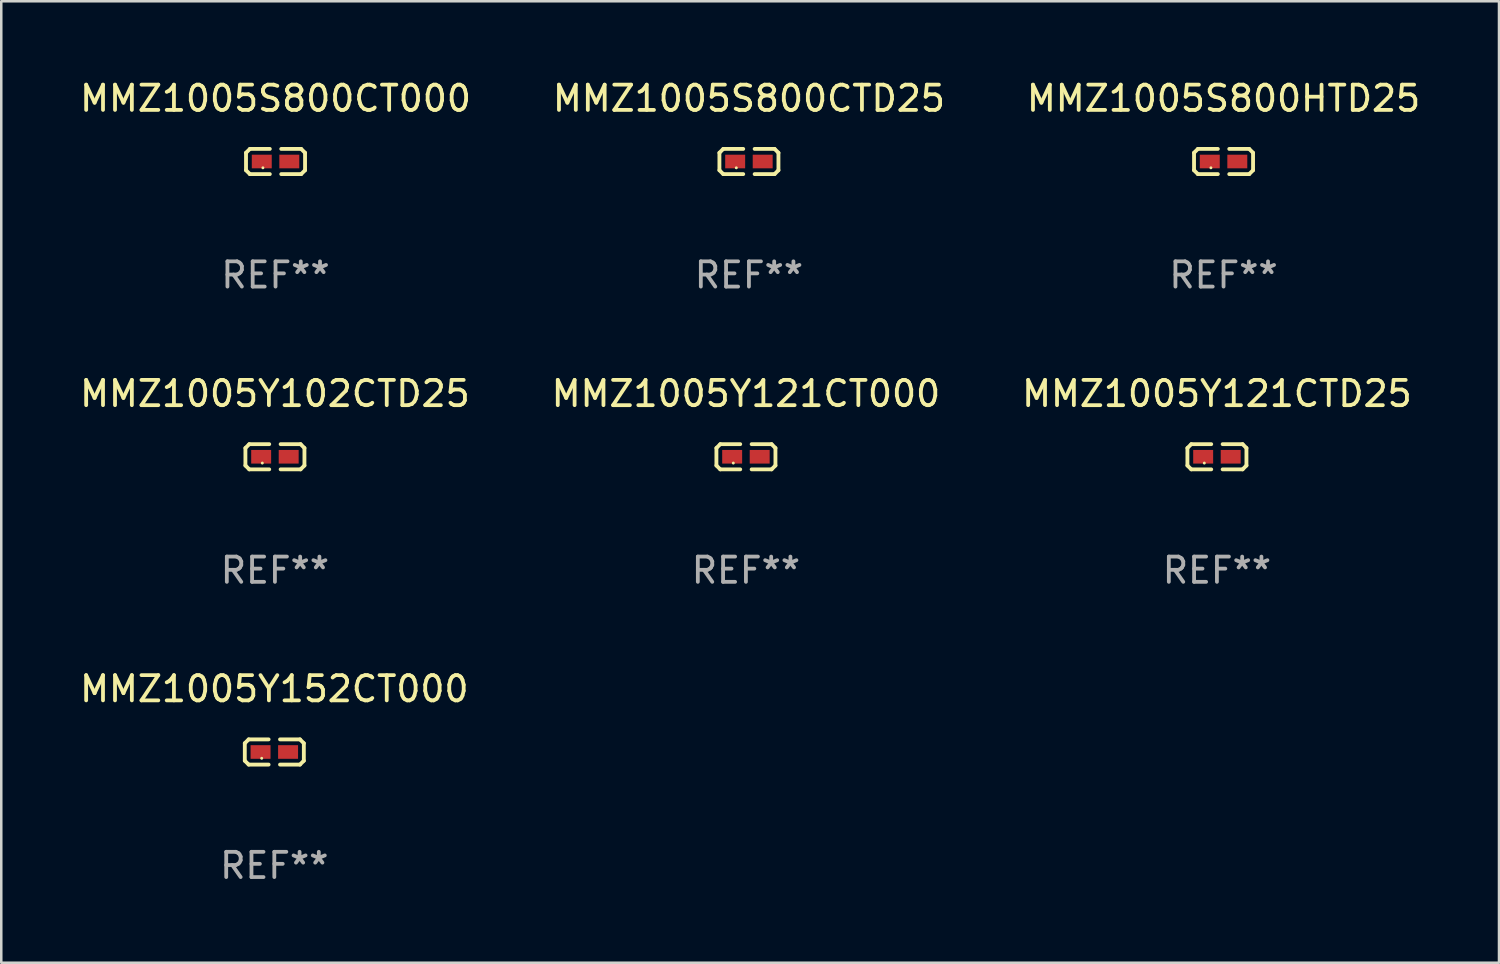
<source format=kicad_pcb>
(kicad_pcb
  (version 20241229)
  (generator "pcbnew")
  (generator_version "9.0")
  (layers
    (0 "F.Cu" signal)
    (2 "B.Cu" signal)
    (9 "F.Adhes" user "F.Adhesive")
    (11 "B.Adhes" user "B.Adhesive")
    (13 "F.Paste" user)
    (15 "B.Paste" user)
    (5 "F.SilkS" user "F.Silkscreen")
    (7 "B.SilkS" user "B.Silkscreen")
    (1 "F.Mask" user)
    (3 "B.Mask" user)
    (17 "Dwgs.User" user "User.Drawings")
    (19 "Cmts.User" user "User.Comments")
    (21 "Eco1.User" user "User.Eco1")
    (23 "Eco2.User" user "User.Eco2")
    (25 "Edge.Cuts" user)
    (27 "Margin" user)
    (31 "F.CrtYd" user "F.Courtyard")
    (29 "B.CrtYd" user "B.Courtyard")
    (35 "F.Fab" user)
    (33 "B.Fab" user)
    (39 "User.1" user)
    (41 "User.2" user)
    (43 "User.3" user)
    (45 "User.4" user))
  (footprint "MMZ1005S800HTD25"
    (layer "F.Cu")
    (at 45.411 3.347)
    (property "Reference" "MMZ1005S800HTD25" (at 0 -2.499 0) (layer "F.SilkS") (effects (font (size 1 1) (thickness 0.15))))
    (attr through_hole)
    (fp_line (start -1.169 -0.346) (end -1.016 -0.499) (stroke (width 0.152) (type solid)) (layer "F.SilkS"))
    (fp_line (start -1.169 0.346) (end -1.169 -0.346) (stroke (width 0.152) (type solid)) (layer "F.SilkS"))
    (fp_line (start -1.016 -0.499) (end -0.226 -0.499) (stroke (width 0.152) (type solid)) (layer "F.SilkS"))
    (fp_line (start -1.016 0.499) (end -1.169 0.346) (stroke (width 0.152) (type solid)) (layer "F.SilkS"))
    (fp_line (start -0.226 0.499) (end -1.016 0.499) (stroke (width 0.152) (type solid)) (layer "F.SilkS"))
    (fp_line (start 0.226 0.499) (end 1.016 0.499) (stroke (width 0.152) (type solid)) (layer "F.SilkS"))
    (fp_line (start 1.016 -0.499) (end 0.226 -0.499) (stroke (width 0.152) (type solid)) (layer "F.SilkS"))
    (fp_line (start 1.016 0.499) (end 1.169 0.346) (stroke (width 0.152) (type solid)) (layer "F.SilkS"))
    (fp_line (start 1.169 -0.346) (end 1.016 -0.499) (stroke (width 0.152) (type solid)) (layer "F.SilkS"))
    (fp_line (start 1.169 0.346) (end 1.169 -0.346) (stroke (width 0.152) (type solid)) (layer "F.SilkS"))
    (fp_circle (center -0.5 0.25) (end -0.47 0.25) (stroke (width 0.06) (type solid)) (fill no) (layer "F.SilkS"))
    (fp_text user "REF**" (at 0 4.499 0) (layer "F.Fab") (effects (font (size 1 1) (thickness 0.15))))
    (pad "1" smd rect (at -0.545 0) (size 0.79 0.54) (layers "F.Cu" "F.Mask" "F.Paste"))
    (pad "2" smd rect (at 0.545 0) (size 0.79 0.54) (layers "F.Cu" "F.Mask" "F.Paste")))
  (footprint "MMZ1005Y102CTD25"
    (layer "F.Cu")
    (at 7.839 15.041)
    (property "Reference" "MMZ1005Y102CTD25" (at 0 -2.499 0) (layer "F.SilkS") (effects (font (size 1 1) (thickness 0.15))))
    (attr through_hole)
    (fp_line (start -1.169 -0.346) (end -1.016 -0.499) (stroke (width 0.152) (type solid)) (layer "F.SilkS"))
    (fp_line (start -1.169 0.346) (end -1.169 -0.346) (stroke (width 0.152) (type solid)) (layer "F.SilkS"))
    (fp_line (start -1.016 -0.499) (end -0.226 -0.499) (stroke (width 0.152) (type solid)) (layer "F.SilkS"))
    (fp_line (start -1.016 0.499) (end -1.169 0.346) (stroke (width 0.152) (type solid)) (layer "F.SilkS"))
    (fp_line (start -0.226 0.499) (end -1.016 0.499) (stroke (width 0.152) (type solid)) (layer "F.SilkS"))
    (fp_line (start 0.226 0.499) (end 1.016 0.499) (stroke (width 0.152) (type solid)) (layer "F.SilkS"))
    (fp_line (start 1.016 -0.499) (end 0.226 -0.499) (stroke (width 0.152) (type solid)) (layer "F.SilkS"))
    (fp_line (start 1.016 0.499) (end 1.169 0.346) (stroke (width 0.152) (type solid)) (layer "F.SilkS"))
    (fp_line (start 1.169 -0.346) (end 1.016 -0.499) (stroke (width 0.152) (type solid)) (layer "F.SilkS"))
    (fp_line (start 1.169 0.346) (end 1.169 -0.346) (stroke (width 0.152) (type solid)) (layer "F.SilkS"))
    (fp_circle (center -0.5 0.25) (end -0.47 0.25) (stroke (width 0.06) (type solid)) (fill no) (layer "F.SilkS"))
    (fp_text user "REF**" (at 0 4.499 0) (layer "F.Fab") (effects (font (size 1 1) (thickness 0.15))))
    (pad "1" smd rect (at -0.545 0) (size 0.79 0.54) (layers "F.Cu" "F.Mask" "F.Paste"))
    (pad "2" smd rect (at 0.545 0) (size 0.79 0.54) (layers "F.Cu" "F.Mask" "F.Paste")))
  (footprint "MMZ1005Y121CT000"
    (layer "F.Cu")
    (at 26.494 15.041)
    (property "Reference" "MMZ1005Y121CT000" (at 0 -2.499 0) (layer "F.SilkS") (effects (font (size 1 1) (thickness 0.15))))
    (attr through_hole)
    (fp_line (start -1.169 -0.346) (end -1.016 -0.499) (stroke (width 0.152) (type solid)) (layer "F.SilkS"))
    (fp_line (start -1.169 0.346) (end -1.169 -0.346) (stroke (width 0.152) (type solid)) (layer "F.SilkS"))
    (fp_line (start -1.016 -0.499) (end -0.226 -0.499) (stroke (width 0.152) (type solid)) (layer "F.SilkS"))
    (fp_line (start -1.016 0.499) (end -1.169 0.346) (stroke (width 0.152) (type solid)) (layer "F.SilkS"))
    (fp_line (start -0.226 0.499) (end -1.016 0.499) (stroke (width 0.152) (type solid)) (layer "F.SilkS"))
    (fp_line (start 0.226 0.499) (end 1.016 0.499) (stroke (width 0.152) (type solid)) (layer "F.SilkS"))
    (fp_line (start 1.016 -0.499) (end 0.226 -0.499) (stroke (width 0.152) (type solid)) (layer "F.SilkS"))
    (fp_line (start 1.016 0.499) (end 1.169 0.346) (stroke (width 0.152) (type solid)) (layer "F.SilkS"))
    (fp_line (start 1.169 -0.346) (end 1.016 -0.499) (stroke (width 0.152) (type solid)) (layer "F.SilkS"))
    (fp_line (start 1.169 0.346) (end 1.169 -0.346) (stroke (width 0.152) (type solid)) (layer "F.SilkS"))
    (fp_circle (center -0.5 0.25) (end -0.47 0.25) (stroke (width 0.06) (type solid)) (fill no) (layer "F.SilkS"))
    (fp_text user "REF**" (at 0 4.499 0) (layer "F.Fab") (effects (font (size 1 1) (thickness 0.15))))
    (pad "1" smd rect (at -0.545 0) (size 0.79 0.54) (layers "F.Cu" "F.Mask" "F.Paste"))
    (pad "2" smd rect (at 0.545 0) (size 0.79 0.54) (layers "F.Cu" "F.Mask" "F.Paste")))
  (footprint "MMZ1005Y121CTD25"
    (layer "F.Cu")
    (at 45.149 15.041)
    (property "Reference" "MMZ1005Y121CTD25" (at 0 -2.499 0) (layer "F.SilkS") (effects (font (size 1 1) (thickness 0.15))))
    (attr through_hole)
    (fp_line (start -1.169 -0.346) (end -1.016 -0.499) (stroke (width 0.152) (type solid)) (layer "F.SilkS"))
    (fp_line (start -1.169 0.346) (end -1.169 -0.346) (stroke (width 0.152) (type solid)) (layer "F.SilkS"))
    (fp_line (start -1.016 -0.499) (end -0.226 -0.499) (stroke (width 0.152) (type solid)) (layer "F.SilkS"))
    (fp_line (start -1.016 0.499) (end -1.169 0.346) (stroke (width 0.152) (type solid)) (layer "F.SilkS"))
    (fp_line (start -0.226 0.499) (end -1.016 0.499) (stroke (width 0.152) (type solid)) (layer "F.SilkS"))
    (fp_line (start 0.226 0.499) (end 1.016 0.499) (stroke (width 0.152) (type solid)) (layer "F.SilkS"))
    (fp_line (start 1.016 -0.499) (end 0.226 -0.499) (stroke (width 0.152) (type solid)) (layer "F.SilkS"))
    (fp_line (start 1.016 0.499) (end 1.169 0.346) (stroke (width 0.152) (type solid)) (layer "F.SilkS"))
    (fp_line (start 1.169 -0.346) (end 1.016 -0.499) (stroke (width 0.152) (type solid)) (layer "F.SilkS"))
    (fp_line (start 1.169 0.346) (end 1.169 -0.346) (stroke (width 0.152) (type solid)) (layer "F.SilkS"))
    (fp_circle (center -0.5 0.25) (end -0.47 0.25) (stroke (width 0.06) (type solid)) (fill no) (layer "F.SilkS"))
    (fp_text user "REF**" (at 0 4.499 0) (layer "F.Fab") (effects (font (size 1 1) (thickness 0.15))))
    (pad "1" smd rect (at -0.545 0) (size 0.79 0.54) (layers "F.Cu" "F.Mask" "F.Paste"))
    (pad "2" smd rect (at 0.545 0) (size 0.79 0.54) (layers "F.Cu" "F.Mask" "F.Paste")))
  (footprint "MMZ1005S800CTD25"
    (layer "F.Cu")
    (at 26.613 3.347)
    (property "Reference" "MMZ1005S800CTD25" (at 0 -2.499 0) (layer "F.SilkS") (effects (font (size 1 1) (thickness 0.15))))
    (attr through_hole)
    (fp_line (start -1.169 -0.346) (end -1.016 -0.499) (stroke (width 0.152) (type solid)) (layer "F.SilkS"))
    (fp_line (start -1.169 0.346) (end -1.169 -0.346) (stroke (width 0.152) (type solid)) (layer "F.SilkS"))
    (fp_line (start -1.016 -0.499) (end -0.226 -0.499) (stroke (width 0.152) (type solid)) (layer "F.SilkS"))
    (fp_line (start -1.016 0.499) (end -1.169 0.346) (stroke (width 0.152) (type solid)) (layer "F.SilkS"))
    (fp_line (start -0.226 0.499) (end -1.016 0.499) (stroke (width 0.152) (type solid)) (layer "F.SilkS"))
    (fp_line (start 0.226 0.499) (end 1.016 0.499) (stroke (width 0.152) (type solid)) (layer "F.SilkS"))
    (fp_line (start 1.016 -0.499) (end 0.226 -0.499) (stroke (width 0.152) (type solid)) (layer "F.SilkS"))
    (fp_line (start 1.016 0.499) (end 1.169 0.346) (stroke (width 0.152) (type solid)) (layer "F.SilkS"))
    (fp_line (start 1.169 -0.346) (end 1.016 -0.499) (stroke (width 0.152) (type solid)) (layer "F.SilkS"))
    (fp_line (start 1.169 0.346) (end 1.169 -0.346) (stroke (width 0.152) (type solid)) (layer "F.SilkS"))
    (fp_circle (center -0.5 0.25) (end -0.47 0.25) (stroke (width 0.06) (type solid)) (fill no) (layer "F.SilkS"))
    (fp_text user "REF**" (at 0 4.499 0) (layer "F.Fab") (effects (font (size 1 1) (thickness 0.15))))
    (pad "1" smd rect (at -0.545 0) (size 0.79 0.54) (layers "F.Cu" "F.Mask" "F.Paste"))
    (pad "2" smd rect (at 0.545 0) (size 0.79 0.54) (layers "F.Cu" "F.Mask" "F.Paste")))
  (footprint "MMZ1005S800CT000"
    (layer "F.Cu")
    (at 7.863 3.347)
    (property "Reference" "MMZ1005S800CT000" (at 0 -2.499 0) (layer "F.SilkS") (effects (font (size 1 1) (thickness 0.15))))
    (attr through_hole)
    (fp_line (start -1.169 -0.346) (end -1.016 -0.499) (stroke (width 0.152) (type solid)) (layer "F.SilkS"))
    (fp_line (start -1.169 0.346) (end -1.169 -0.346) (stroke (width 0.152) (type solid)) (layer "F.SilkS"))
    (fp_line (start -1.016 -0.499) (end -0.226 -0.499) (stroke (width 0.152) (type solid)) (layer "F.SilkS"))
    (fp_line (start -1.016 0.499) (end -1.169 0.346) (stroke (width 0.152) (type solid)) (layer "F.SilkS"))
    (fp_line (start -0.226 0.499) (end -1.016 0.499) (stroke (width 0.152) (type solid)) (layer "F.SilkS"))
    (fp_line (start 0.226 0.499) (end 1.016 0.499) (stroke (width 0.152) (type solid)) (layer "F.SilkS"))
    (fp_line (start 1.016 -0.499) (end 0.226 -0.499) (stroke (width 0.152) (type solid)) (layer "F.SilkS"))
    (fp_line (start 1.016 0.499) (end 1.169 0.346) (stroke (width 0.152) (type solid)) (layer "F.SilkS"))
    (fp_line (start 1.169 -0.346) (end 1.016 -0.499) (stroke (width 0.152) (type solid)) (layer "F.SilkS"))
    (fp_line (start 1.169 0.346) (end 1.169 -0.346) (stroke (width 0.152) (type solid)) (layer "F.SilkS"))
    (fp_circle (center -0.5 0.25) (end -0.47 0.25) (stroke (width 0.06) (type solid)) (fill no) (layer "F.SilkS"))
    (fp_text user "REF**" (at 0 4.499 0) (layer "F.Fab") (effects (font (size 1 1) (thickness 0.15))))
    (pad "1" smd rect (at -0.545 0) (size 0.79 0.54) (layers "F.Cu" "F.Mask" "F.Paste"))
    (pad "2" smd rect (at 0.545 0) (size 0.79 0.54) (layers "F.Cu" "F.Mask" "F.Paste")))
  (footprint "MMZ1005Y152CT000"
    (layer "F.Cu")
    (at 7.815 26.734)
    (property "Reference" "MMZ1005Y152CT000" (at 0 -2.499 0) (layer "F.SilkS") (effects (font (size 1 1) (thickness 0.15))))
    (attr through_hole)
    (fp_line (start -1.169 -0.346) (end -1.016 -0.499) (stroke (width 0.152) (type solid)) (layer "F.SilkS"))
    (fp_line (start -1.169 0.346) (end -1.169 -0.346) (stroke (width 0.152) (type solid)) (layer "F.SilkS"))
    (fp_line (start -1.016 -0.499) (end -0.226 -0.499) (stroke (width 0.152) (type solid)) (layer "F.SilkS"))
    (fp_line (start -1.016 0.499) (end -1.169 0.346) (stroke (width 0.152) (type solid)) (layer "F.SilkS"))
    (fp_line (start -0.226 0.499) (end -1.016 0.499) (stroke (width 0.152) (type solid)) (layer "F.SilkS"))
    (fp_line (start 0.226 0.499) (end 1.016 0.499) (stroke (width 0.152) (type solid)) (layer "F.SilkS"))
    (fp_line (start 1.016 -0.499) (end 0.226 -0.499) (stroke (width 0.152) (type solid)) (layer "F.SilkS"))
    (fp_line (start 1.016 0.499) (end 1.169 0.346) (stroke (width 0.152) (type solid)) (layer "F.SilkS"))
    (fp_line (start 1.169 -0.346) (end 1.016 -0.499) (stroke (width 0.152) (type solid)) (layer "F.SilkS"))
    (fp_line (start 1.169 0.346) (end 1.169 -0.346) (stroke (width 0.152) (type solid)) (layer "F.SilkS"))
    (fp_circle (center -0.5 0.25) (end -0.47 0.25) (stroke (width 0.06) (type solid)) (fill no) (layer "F.SilkS"))
    (fp_text user "REF**" (at 0 4.499 0) (layer "F.Fab") (effects (font (size 1 1) (thickness 0.15))))
    (pad "1" smd rect (at -0.545 0) (size 0.79 0.54) (layers "F.Cu" "F.Mask" "F.Paste"))
    (pad "2" smd rect (at 0.545 0) (size 0.79 0.54) (layers "F.Cu" "F.Mask" "F.Paste")))
  (gr_rect
    (start -3 -3)
    (end 56.321 35.081)
    (stroke (width 0.1) (type default))
    (fill no)
    (layer "Edge.Cuts")))
</source>
